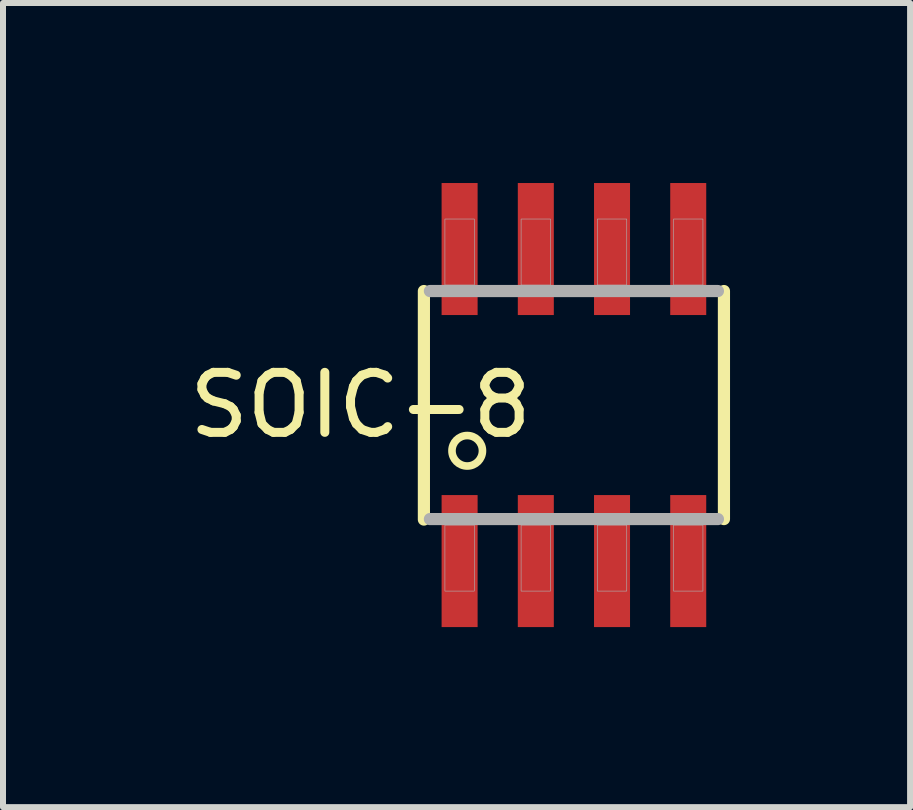
<source format=kicad_pcb>
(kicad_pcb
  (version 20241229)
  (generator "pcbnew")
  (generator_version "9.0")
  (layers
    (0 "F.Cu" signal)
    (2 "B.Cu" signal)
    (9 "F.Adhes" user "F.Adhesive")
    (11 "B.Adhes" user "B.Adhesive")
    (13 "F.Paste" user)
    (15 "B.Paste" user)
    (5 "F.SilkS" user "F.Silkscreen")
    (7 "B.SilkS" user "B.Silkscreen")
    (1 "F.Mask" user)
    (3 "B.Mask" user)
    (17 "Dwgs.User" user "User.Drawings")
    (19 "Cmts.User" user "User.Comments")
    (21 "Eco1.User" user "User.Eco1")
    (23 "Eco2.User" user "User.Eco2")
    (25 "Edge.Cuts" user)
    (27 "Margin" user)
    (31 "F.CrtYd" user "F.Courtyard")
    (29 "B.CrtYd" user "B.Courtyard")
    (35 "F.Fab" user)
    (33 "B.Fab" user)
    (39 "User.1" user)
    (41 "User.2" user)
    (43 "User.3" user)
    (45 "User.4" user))
  (footprint "SOIC-8"
    (layer "F.Cu")
    (at 6.514 3.7)
    (property "Reference" "SOIC-8" (at -3.556 0 180) (layer "F.SilkS") (effects (font (size 1 1) (thickness 0.15))))
    (attr through_hole)
    (fp_line (start -2.5 1.908) (end -2.5 -1.9) (stroke (width 0.203) (type solid)) (layer "F.SilkS"))
    (fp_line (start 2.5 -1.9) (end 2.5 1.9) (stroke (width 0.203) (type solid)) (layer "F.SilkS"))
    (fp_circle (center -1.778 0.762) (end -1.524 0.762) (stroke (width 0.127) (type solid)) (fill no) (layer "F.SilkS"))
    (fp_line (start -2.4 -1.9) (end 2.4 -1.9) (stroke (width 0.203) (type solid)) (layer "F.Fab"))
    (fp_line (start 2.4 1.9) (end -2.4 1.9) (stroke (width 0.203) (type solid)) (layer "F.Fab"))
    (fp_poly (pts (xy -2.15 -3.1) (xy -1.66 -3.1) (xy -1.66 -2) (xy -2.15 -2)) (stroke (width 0.01) (type solid)) (fill no) (layer "F.Fab"))
    (fp_poly (pts (xy -2.15 2) (xy -1.66 2) (xy -1.66 3.1) (xy -2.15 3.1)) (stroke (width 0.01) (type solid)) (fill no) (layer "F.Fab"))
    (fp_poly (pts (xy -0.88 -3.1) (xy -0.39 -3.1) (xy -0.39 -2) (xy -0.88 -2)) (stroke (width 0.01) (type solid)) (fill no) (layer "F.Fab"))
    (fp_poly (pts (xy -0.88 2) (xy -0.39 2) (xy -0.39 3.1) (xy -0.88 3.1)) (stroke (width 0.01) (type solid)) (fill no) (layer "F.Fab"))
    (fp_poly (pts (xy 0.39 -3.1) (xy 0.88 -3.1) (xy 0.88 -2) (xy 0.39 -2)) (stroke (width 0.01) (type solid)) (fill no) (layer "F.Fab"))
    (fp_poly (pts (xy 0.39 2) (xy 0.88 2) (xy 0.88 3.1) (xy 0.39 3.1)) (stroke (width 0.01) (type solid)) (fill no) (layer "F.Fab"))
    (fp_poly (pts (xy 1.66 -3.1) (xy 2.15 -3.1) (xy 2.15 -2) (xy 1.66 -2)) (stroke (width 0.01) (type solid)) (fill no) (layer "F.Fab"))
    (fp_poly (pts (xy 1.66 2) (xy 2.15 2) (xy 2.15 3.1) (xy 1.66 3.1)) (stroke (width 0.01) (type solid)) (fill no) (layer "F.Fab"))
    (pad "1" smd rect (at -1.905 2.6) (size 0.6 2.2) (layers "F.Cu" "F.Mask" "F.Paste"))
    (pad "2" smd rect (at -0.635 2.6) (size 0.6 2.2) (layers "F.Cu" "F.Mask" "F.Paste"))
    (pad "3" smd rect (at 0.635 2.6) (size 0.6 2.2) (layers "F.Cu" "F.Mask" "F.Paste"))
    (pad "4" smd rect (at 1.905 2.6) (size 0.6 2.2) (layers "F.Cu" "F.Mask" "F.Paste"))
    (pad "5" smd rect (at 1.905 -2.6) (size 0.6 2.2) (layers "F.Cu" "F.Mask" "F.Paste"))
    (pad "6" smd rect (at 0.635 -2.6) (size 0.6 2.2) (layers "F.Cu" "F.Mask" "F.Paste"))
    (pad "7" smd rect (at -0.635 -2.6) (size 0.6 2.2) (layers "F.Cu" "F.Mask" "F.Paste"))
    (pad "8" smd rect (at -1.905 -2.6) (size 0.6 2.2) (layers "F.Cu" "F.Mask" "F.Paste")))
  (gr_rect
    (start -3 -3)
    (end 12.116 10.4)
    (stroke (width 0.1) (type default))
    (fill no)
    (layer "Edge.Cuts")))
</source>
